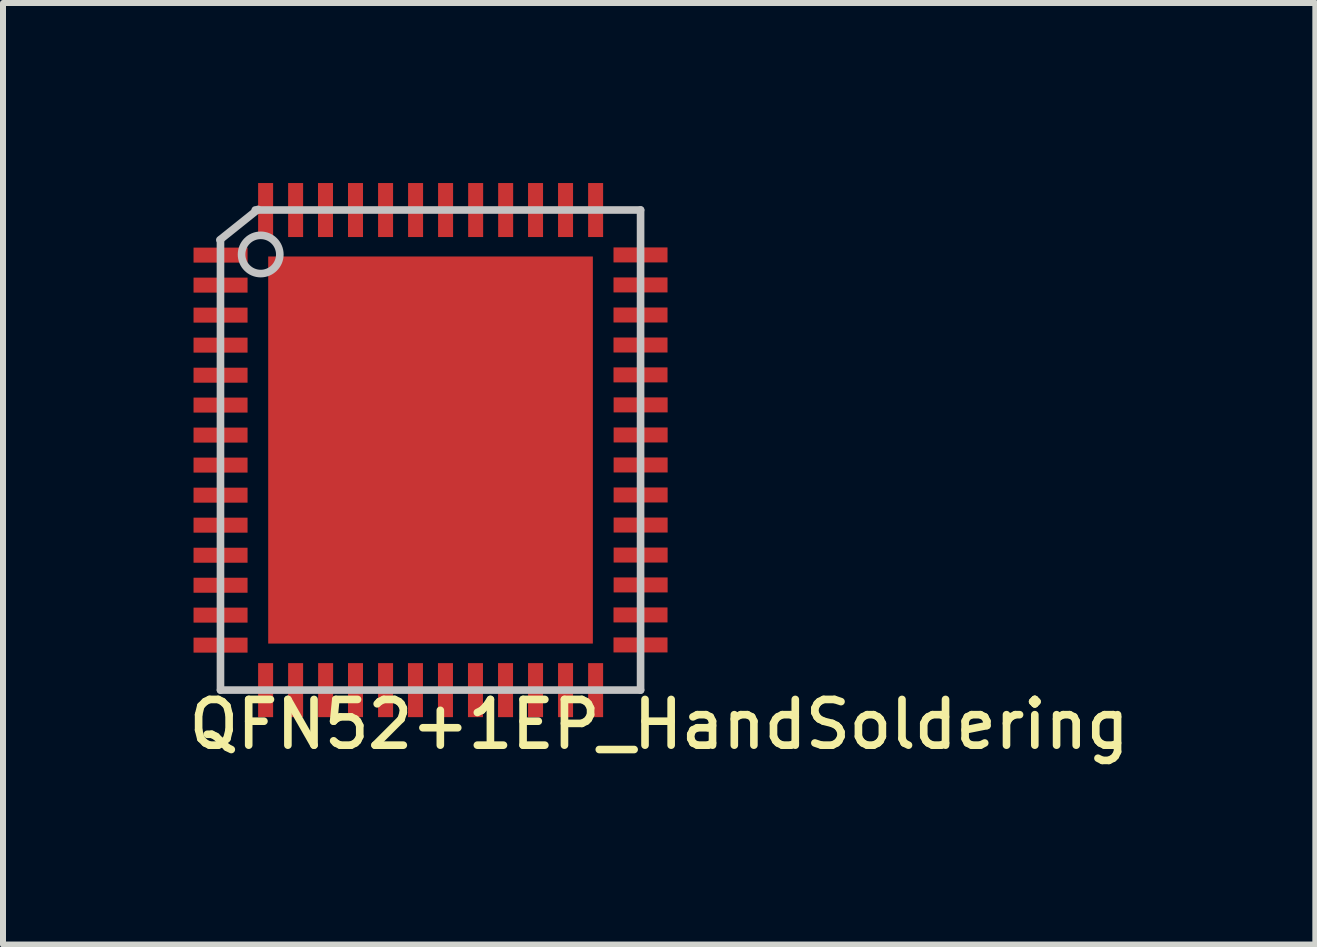
<source format=kicad_pcb>
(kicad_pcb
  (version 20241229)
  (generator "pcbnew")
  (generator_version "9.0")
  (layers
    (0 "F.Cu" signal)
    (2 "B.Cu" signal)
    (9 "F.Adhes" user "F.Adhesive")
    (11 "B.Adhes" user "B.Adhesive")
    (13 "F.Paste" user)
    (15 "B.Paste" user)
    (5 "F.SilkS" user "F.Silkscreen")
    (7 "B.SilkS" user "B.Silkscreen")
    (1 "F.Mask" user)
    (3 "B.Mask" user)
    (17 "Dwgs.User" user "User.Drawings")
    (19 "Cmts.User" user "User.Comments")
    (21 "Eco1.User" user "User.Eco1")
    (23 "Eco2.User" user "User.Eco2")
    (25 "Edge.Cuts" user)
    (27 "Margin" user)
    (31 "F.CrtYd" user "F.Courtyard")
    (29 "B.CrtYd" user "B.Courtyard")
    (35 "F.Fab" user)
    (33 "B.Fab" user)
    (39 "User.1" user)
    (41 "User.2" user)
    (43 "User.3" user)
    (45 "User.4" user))
  (footprint "QFN52+1EP_HandSoldering"
    (layer "F.Cu")
    (at 4.124 4.449)
    (property "Reference" "QFN52+1EP_HandSoldering" (at 3.81 4.572 0) (layer "F.SilkS") (effects (font (size 0.762 0.762) (thickness 0.127))))
    (attr smd)
    (fp_line (start -3.5 4) (end -3.5 -3.5) (stroke (width 0.127) (type solid)) (layer "Dwgs.User"))
    (fp_line (start -2.921 -4) (end 3.5 -4) (stroke (width 0.127) (type solid)) (layer "Dwgs.User"))
    (fp_line (start -2.875 -4.01) (end -3.51 -3.502) (stroke (width 0.127) (type solid)) (layer "Dwgs.User"))
    (fp_line (start 3.5 -4) (end 3.5 4) (stroke (width 0.127) (type solid)) (layer "Dwgs.User"))
    (fp_line (start 3.5 4) (end -3.5 4) (stroke (width 0.127) (type solid)) (layer "Dwgs.User"))
    (fp_circle (center -2.83 -3.259) (end -2.932 -3.561) (stroke (width 0.127) (type solid)) (fill no) (layer "Dwgs.User"))
    (pad "1" smd rect (at -3.499 -3.248) (size 0.9 0.25) (layers "F.Cu" "F.Mask" "F.Paste"))
    (pad "2" smd rect (at -3.499 -2.748) (size 0.9 0.25) (layers "F.Cu" "F.Mask" "F.Paste"))
    (pad "3" smd rect (at -3.499 -2.248) (size 0.9 0.25) (layers "F.Cu" "F.Mask" "F.Paste"))
    (pad "4" smd rect (at -3.499 -1.748) (size 0.9 0.25) (layers "F.Cu" "F.Mask" "F.Paste"))
    (pad "5" smd rect (at -3.499 -1.247) (size 0.9 0.25) (layers "F.Cu" "F.Mask" "F.Paste"))
    (pad "6" smd rect (at -3.499 -0.749) (size 0.9 0.25) (layers "F.Cu" "F.Mask" "F.Paste"))
    (pad "7" smd rect (at -3.499 -0.249) (size 0.9 0.25) (layers "F.Cu" "F.Mask" "F.Paste"))
    (pad "8" smd rect (at -3.499 0.251) (size 0.9 0.25) (layers "F.Cu" "F.Mask" "F.Paste"))
    (pad "9" smd rect (at -3.499 0.752) (size 0.9 0.25) (layers "F.Cu" "F.Mask" "F.Paste"))
    (pad "10" smd rect (at -3.499 1.252) (size 0.9 0.25) (layers "F.Cu" "F.Mask" "F.Paste"))
    (pad "11" smd rect (at -3.499 1.753) (size 0.9 0.25) (layers "F.Cu" "F.Mask" "F.Paste"))
    (pad "12" smd rect (at -3.499 2.253) (size 0.9 0.25) (layers "F.Cu" "F.Mask" "F.Paste"))
    (pad "13" smd rect (at -3.499 2.751) (size 0.9 0.25) (layers "F.Cu" "F.Mask" "F.Paste"))
    (pad "14" smd rect (at -3.499 3.251) (size 0.9 0.25) (layers "F.Cu" "F.Mask" "F.Paste"))
    (pad "15" smd rect (at -2.748 4.001 90) (size 0.9 0.25) (layers "F.Cu" "F.Mask" "F.Paste"))
    (pad "16" smd rect (at -2.248 4.001 90) (size 0.9 0.25) (layers "F.Cu" "F.Mask" "F.Paste"))
    (pad "17" smd rect (at -1.748 4.001 90) (size 0.9 0.25) (layers "F.Cu" "F.Mask" "F.Paste"))
    (pad "18" smd rect (at -1.25 4.001 90) (size 0.9 0.25) (layers "F.Cu" "F.Mask" "F.Paste"))
    (pad "19" smd rect (at -0.749 4.001 90) (size 0.9 0.25) (layers "F.Cu" "F.Mask" "F.Paste"))
    (pad "20" smd rect (at -0.251 4.001 90) (size 0.9 0.25) (layers "F.Cu" "F.Mask" "F.Paste"))
    (pad "21" smd rect (at 0.249 4.001 90) (size 0.9 0.25) (layers "F.Cu" "F.Mask" "F.Paste"))
    (pad "22" smd rect (at 0.749 4.001 90) (size 0.9 0.25) (layers "F.Cu" "F.Mask" "F.Paste"))
    (pad "23" smd rect (at 1.25 4.001 90) (size 0.9 0.25) (layers "F.Cu" "F.Mask" "F.Paste"))
    (pad "24" smd rect (at 1.75 4.001 90) (size 0.9 0.25) (layers "F.Cu" "F.Mask" "F.Paste"))
    (pad "25" smd rect (at 2.25 4.001 90) (size 0.9 0.25) (layers "F.Cu" "F.Mask" "F.Paste"))
    (pad "26" smd rect (at 2.751 4.001 90) (size 0.9 0.25) (layers "F.Cu" "F.Mask" "F.Paste"))
    (pad "27" smd rect (at 3.499 3.248) (size 0.9 0.25) (layers "F.Cu" "F.Mask" "F.Paste"))
    (pad "28" smd rect (at 3.499 2.748) (size 0.9 0.25) (layers "F.Cu" "F.Mask" "F.Paste"))
    (pad "29" smd rect (at 3.501 2.248) (size 0.9 0.25) (layers "F.Cu" "F.Mask" "F.Paste"))
    (pad "30" smd rect (at 3.501 1.75) (size 0.9 0.25) (layers "F.Cu" "F.Mask" "F.Paste"))
    (pad "31" smd rect (at 3.501 1.25) (size 0.9 0.25) (layers "F.Cu" "F.Mask" "F.Paste"))
    (pad "32" smd rect (at 3.501 0.749) (size 0.9 0.25) (layers "F.Cu" "F.Mask" "F.Paste"))
    (pad "33" smd rect (at 3.501 0.249) (size 0.9 0.25) (layers "F.Cu" "F.Mask" "F.Paste"))
    (pad "34" smd rect (at 3.501 -0.251) (size 0.9 0.25) (layers "F.Cu" "F.Mask" "F.Paste"))
    (pad "35" smd rect (at 3.501 -0.752) (size 0.9 0.25) (layers "F.Cu" "F.Mask" "F.Paste"))
    (pad "36" smd rect (at 3.499 -1.252) (size 0.9 0.25) (layers "F.Cu" "F.Mask" "F.Paste"))
    (pad "37" smd rect (at 3.499 -1.75) (size 0.9 0.25) (layers "F.Cu" "F.Mask" "F.Paste"))
    (pad "38" smd rect (at 3.499 -2.25) (size 0.9 0.25) (layers "F.Cu" "F.Mask" "F.Paste"))
    (pad "39" smd rect (at 3.499 -2.751) (size 0.9 0.25) (layers "F.Cu" "F.Mask" "F.Paste"))
    (pad "40" smd rect (at 3.499 -3.251) (size 0.9 0.25) (layers "F.Cu" "F.Mask" "F.Paste"))
    (pad "41" smd rect (at 2.751 -3.999 90) (size 0.9 0.25) (layers "F.Cu" "F.Mask" "F.Paste"))
    (pad "42" smd rect (at 2.25 -3.999 90) (size 0.9 0.25) (layers "F.Cu" "F.Mask" "F.Paste"))
    (pad "43" smd rect (at 1.75 -3.999 90) (size 0.9 0.25) (layers "F.Cu" "F.Mask" "F.Paste"))
    (pad "44" smd rect (at 1.252 -3.999 90) (size 0.9 0.25) (layers "F.Cu" "F.Mask" "F.Paste"))
    (pad "45" smd rect (at 0.752 -3.999 90) (size 0.9 0.25) (layers "F.Cu" "F.Mask" "F.Paste"))
    (pad "46" smd rect (at 0.251 -3.999 90) (size 0.9 0.25) (layers "F.Cu" "F.Mask" "F.Paste"))
    (pad "47" smd rect (at -0.249 -3.999 90) (size 0.9 0.25) (layers "F.Cu" "F.Mask" "F.Paste"))
    (pad "48" smd rect (at -0.749 -3.999 90) (size 0.9 0.25) (layers "F.Cu" "F.Mask" "F.Paste"))
    (pad "49" smd rect (at -1.25 -3.999 90) (size 0.9 0.25) (layers "F.Cu" "F.Mask" "F.Paste"))
    (pad "50" smd rect (at -1.75 -3.999 90) (size 0.9 0.25) (layers "F.Cu" "F.Mask" "F.Paste"))
    (pad "51" smd rect (at -2.248 -3.999 90) (size 0.9 0.25) (layers "F.Cu" "F.Mask" "F.Paste"))
    (pad "52" smd rect (at -2.748 -3.999 90) (size 0.9 0.25) (layers "F.Cu" "F.Mask" "F.Paste"))
    (pad "53" smd trapezoid (at 0 0) (size 5.41 6.45) (layers "F.Cu" "F.Mask" "F.Paste")))
  (gr_rect
    (start -3 -3)
    (end 18.868 12.689)
    (stroke (width 0.1) (type default))
    (fill no)
    (layer "Edge.Cuts")))
</source>
